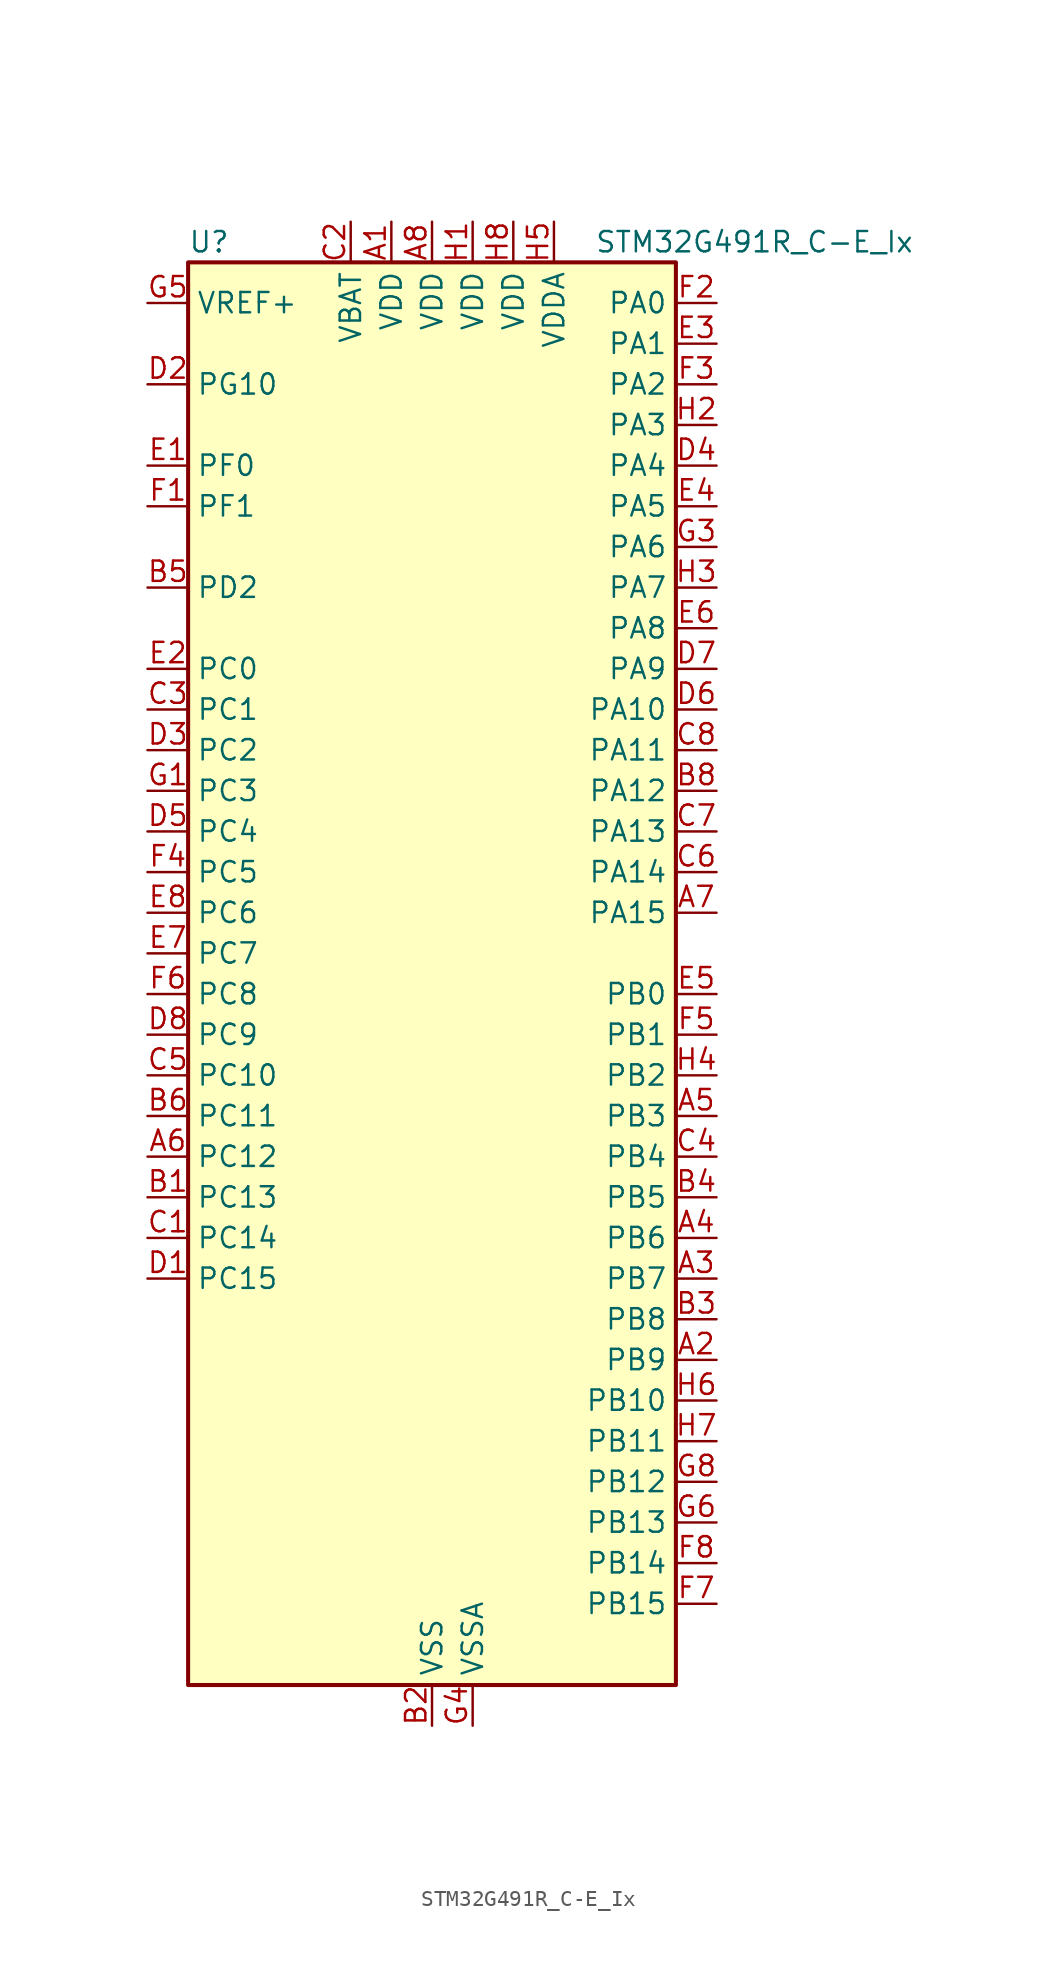
<source format=kicad_sym>
(kicad_symbol_lib
  (version 20231120)
  (generator "kicad_symbol_editor")
  (generator_version "8.0")
  (symbol "STM32G491R_C-E_Ix"
    (property "Reference" "U"
      (at -15.24 46.99 0)
      (effects (font (size 1.27 1.27)) (justify left)))
    (property "Value" "STM32G491R_C-E_Ix"
      (at 10.16 46.99 0)
      (effects (font (size 1.27 1.27)) (justify left)))
    (property "ki_locked" ""
      (at 0 0 0)
      (effects (font (size 1.27 1.27))))
    (symbol "STM32G491R_C-E_Ix_0_1"
      (rectangle (start -15.24 -43.18) (end 15.24 45.72) (stroke (width 0.254) (type default)) (fill (type background))))
    (symbol "STM32G491R_C-E_Ix_1_1"
      (pin power_in line (at -2.54 48.26 270) (length 2.54) (name "VDD" (effects (font (size 1.27 1.27)))) (number "A1" (effects (font (size 1.27 1.27)))))
      (pin bidirectional line (at 17.78 -22.86 180) (length 2.54) (name "PB9" (effects (font (size 1.27 1.27)))) (number "A2" (effects (font (size 1.27 1.27)))) (alternate "COMP2_OUT" bidirectional line) (alternate "DAC1_EXTI9" bidirectional line) (alternate "DAC3_EXTI9" bidirectional line) (alternate "FDCAN1_TX" bidirectional line) (alternate "I2C1_SDA" bidirectional line) (alternate "IR_OUT" bidirectional line) (alternate "SAI1_D2" bidirectional line) (alternate "SAI1_FS_A" bidirectional line) (alternate "TIM17_CH1" bidirectional line) (alternate "TIM1_CH3N" bidirectional line) (alternate "TIM4_CH4" bidirectional line) (alternate "TIM8_CH3" bidirectional line) (alternate "USART3_TX" bidirectional line))
      (pin bidirectional line (at 17.78 -17.78 180) (length 2.54) (name "PB7" (effects (font (size 1.27 1.27)))) (number "A3" (effects (font (size 1.27 1.27)))) (alternate "COMP3_OUT" bidirectional line) (alternate "I2C1_SDA" bidirectional line) (alternate "LPTIM1_IN2" bidirectional line) (alternate "SYS_PVD_IN" bidirectional line) (alternate "TIM17_CH1N" bidirectional line) (alternate "TIM3_CH4" bidirectional line) (alternate "TIM4_CH2" bidirectional line) (alternate "TIM8_BKIN" bidirectional line) (alternate "UART4_CTS" bidirectional line) (alternate "USART1_RX" bidirectional line))
      (pin bidirectional line (at 17.78 -15.24 180) (length 2.54) (name "PB6" (effects (font (size 1.27 1.27)))) (number "A4" (effects (font (size 1.27 1.27)))) (alternate "COMP4_OUT" bidirectional line) (alternate "FDCAN2_TX" bidirectional line) (alternate "LPTIM1_ETR" bidirectional line) (alternate "SAI1_FS_B" bidirectional line) (alternate "TIM16_CH1N" bidirectional line) (alternate "TIM4_CH1" bidirectional line) (alternate "TIM8_BKIN2" bidirectional line) (alternate "TIM8_CH1" bidirectional line) (alternate "TIM8_ETR" bidirectional line) (alternate "UCPD1_CC1" bidirectional line) (alternate "USART1_TX" bidirectional line))
      (pin bidirectional line (at 17.78 -7.62 180) (length 2.54) (name "PB3" (effects (font (size 1.27 1.27)))) (number "A5" (effects (font (size 1.27 1.27)))) (alternate "ADC3_EXTI3" bidirectional line) (alternate "CRS_SYNC" bidirectional line) (alternate "I2S3_CK" bidirectional line) (alternate "SAI1_SCK_B" bidirectional line) (alternate "SPI1_SCK" bidirectional line) (alternate "SPI3_SCK" bidirectional line) (alternate "SYS_JTDO-SWO" bidirectional line) (alternate "TIM2_CH2" bidirectional line) (alternate "TIM3_ETR" bidirectional line) (alternate "TIM4_ETR" bidirectional line) (alternate "TIM8_CH1N" bidirectional line) (alternate "USART2_TX" bidirectional line))
      (pin bidirectional line (at -17.78 -10.16 0) (length 2.54) (name "PC12" (effects (font (size 1.27 1.27)))) (number "A6" (effects (font (size 1.27 1.27)))) (alternate "I2S3_SD" bidirectional line) (alternate "SPI3_MOSI" bidirectional line) (alternate "TIM8_CH3N" bidirectional line) (alternate "UART5_TX" bidirectional line) (alternate "UCPD1_FRSTX1" bidirectional line) (alternate "UCPD1_FRSTX2" bidirectional line) (alternate "USART3_CK" bidirectional line))
      (pin bidirectional line (at 17.78 5.08 180) (length 2.54) (name "PA15" (effects (font (size 1.27 1.27)))) (number "A7" (effects (font (size 1.27 1.27)))) (alternate "ADC1_EXTI15" bidirectional line) (alternate "ADC2_EXTI15" bidirectional line) (alternate "I2C1_SCL" bidirectional line) (alternate "I2S3_WS" bidirectional line) (alternate "SPI1_NSS" bidirectional line) (alternate "SPI3_NSS" bidirectional line) (alternate "SYS_JTDI" bidirectional line) (alternate "TIM1_BKIN" bidirectional line) (alternate "TIM20_ETR" bidirectional line) (alternate "TIM2_CH1" bidirectional line) (alternate "TIM2_ETR" bidirectional line) (alternate "TIM8_CH1" bidirectional line) (alternate "UART4_DE" bidirectional line) (alternate "UART4_RTS" bidirectional line) (alternate "USART2_RX" bidirectional line))
      (pin power_in line (at 0 48.26 270) (length 2.54) (name "VDD" (effects (font (size 1.27 1.27)))) (number "A8" (effects (font (size 1.27 1.27)))))
      (pin bidirectional line (at -17.78 -12.7 0) (length 2.54) (name "PC13" (effects (font (size 1.27 1.27)))) (number "B1" (effects (font (size 1.27 1.27)))) (alternate "RTC_OUT1" bidirectional line) (alternate "RTC_TAMP1" bidirectional line) (alternate "RTC_TS" bidirectional line) (alternate "SYS_WKUP2" bidirectional line) (alternate "TIM1_BKIN" bidirectional line) (alternate "TIM1_CH1N" bidirectional line) (alternate "TIM8_CH4N" bidirectional line))
      (pin power_in line (at 0 -45.72 90) (length 2.54) (name "VSS" (effects (font (size 1.27 1.27)))) (number "B2" (effects (font (size 1.27 1.27)))))
      (pin bidirectional line (at 17.78 -20.32 180) (length 2.54) (name "PB8" (effects (font (size 1.27 1.27)))) (number "B3" (effects (font (size 1.27 1.27)))) (alternate "COMP1_OUT" bidirectional line) (alternate "FDCAN1_RX" bidirectional line) (alternate "I2C1_SCL" bidirectional line) (alternate "SAI1_CK1" bidirectional line) (alternate "SAI1_MCLK_A" bidirectional line) (alternate "TIM16_CH1" bidirectional line) (alternate "TIM1_BKIN" bidirectional line) (alternate "TIM4_CH3" bidirectional line) (alternate "TIM8_CH2" bidirectional line) (alternate "USART3_RX" bidirectional line))
      (pin bidirectional line (at 17.78 -12.7 180) (length 2.54) (name "PB5" (effects (font (size 1.27 1.27)))) (number "B4" (effects (font (size 1.27 1.27)))) (alternate "FDCAN2_RX" bidirectional line) (alternate "I2C1_SMBA" bidirectional line) (alternate "I2C3_SDA" bidirectional line) (alternate "I2S3_SD" bidirectional line) (alternate "LPTIM1_IN1" bidirectional line) (alternate "SAI1_SD_B" bidirectional line) (alternate "SPI1_MOSI" bidirectional line) (alternate "SPI3_MOSI" bidirectional line) (alternate "TIM16_BKIN" bidirectional line) (alternate "TIM17_CH1" bidirectional line) (alternate "TIM3_CH2" bidirectional line) (alternate "TIM8_CH3N" bidirectional line) (alternate "UART5_CTS" bidirectional line) (alternate "USART2_CK" bidirectional line))
      (pin bidirectional line (at -17.78 25.4 0) (length 2.54) (name "PD2" (effects (font (size 1.27 1.27)))) (number "B5" (effects (font (size 1.27 1.27)))) (alternate "ADC3_EXTI2" bidirectional line) (alternate "TIM3_ETR" bidirectional line) (alternate "TIM8_BKIN" bidirectional line) (alternate "UART5_RX" bidirectional line))
      (pin bidirectional line (at -17.78 -7.62 0) (length 2.54) (name "PC11" (effects (font (size 1.27 1.27)))) (number "B6" (effects (font (size 1.27 1.27)))) (alternate "ADC1_EXTI11" bidirectional line) (alternate "ADC2_EXTI11" bidirectional line) (alternate "I2C3_SDA" bidirectional line) (alternate "SPI3_MISO" bidirectional line) (alternate "TIM8_CH2N" bidirectional line) (alternate "UART4_RX" bidirectional line) (alternate "USART3_RX" bidirectional line))
      (pin passive line (at 0 -45.72 90) (length 2.54) hide (name "VSS" (effects (font (size 1.27 1.27)))) (number "B7" (effects (font (size 1.27 1.27)))))
      (pin bidirectional line (at 17.78 12.7 180) (length 2.54) (name "PA12" (effects (font (size 1.27 1.27)))) (number "B8" (effects (font (size 1.27 1.27)))) (alternate "COMP2_OUT" bidirectional line) (alternate "FDCAN1_TX" bidirectional line) (alternate "I2S_CKIN" bidirectional line) (alternate "TIM16_CH1" bidirectional line) (alternate "TIM1_CH2N" bidirectional line) (alternate "TIM1_ETR" bidirectional line) (alternate "TIM4_CH2" bidirectional line) (alternate "USART1_DE" bidirectional line) (alternate "USART1_RTS" bidirectional line) (alternate "USB_DP" bidirectional line))
      (pin bidirectional line (at -17.78 -15.24 0) (length 2.54) (name "PC14" (effects (font (size 1.27 1.27)))) (number "C1" (effects (font (size 1.27 1.27)))) (alternate "RCC_OSC32_IN" bidirectional line))
      (pin power_in line (at -5.08 48.26 270) (length 2.54) (name "VBAT" (effects (font (size 1.27 1.27)))) (number "C2" (effects (font (size 1.27 1.27)))))
      (pin bidirectional line (at -17.78 17.78 0) (length 2.54) (name "PC1" (effects (font (size 1.27 1.27)))) (number "C3" (effects (font (size 1.27 1.27)))) (alternate "ADC1_IN7" bidirectional line) (alternate "ADC2_IN7" bidirectional line) (alternate "COMP3_INP" bidirectional line) (alternate "LPTIM1_OUT" bidirectional line) (alternate "LPUART1_TX" bidirectional line) (alternate "QUADSPI1_BK2_IO0" bidirectional line) (alternate "SAI1_SD_A" bidirectional line) (alternate "TIM1_CH2" bidirectional line))
      (pin bidirectional line (at 17.78 -10.16 180) (length 2.54) (name "PB4" (effects (font (size 1.27 1.27)))) (number "C4" (effects (font (size 1.27 1.27)))) (alternate "SAI1_MCLK_B" bidirectional line) (alternate "SPI1_MISO" bidirectional line) (alternate "SPI3_MISO" bidirectional line) (alternate "SYS_JTRST" bidirectional line) (alternate "TIM16_CH1" bidirectional line) (alternate "TIM17_BKIN" bidirectional line) (alternate "TIM3_CH1" bidirectional line) (alternate "TIM8_CH2N" bidirectional line) (alternate "UART5_DE" bidirectional line) (alternate "UART5_RTS" bidirectional line) (alternate "UCPD1_CC2" bidirectional line) (alternate "USART2_RX" bidirectional line))
      (pin bidirectional line (at -17.78 -5.08 0) (length 2.54) (name "PC10" (effects (font (size 1.27 1.27)))) (number "C5" (effects (font (size 1.27 1.27)))) (alternate "DAC1_EXTI10" bidirectional line) (alternate "DAC3_EXTI10" bidirectional line) (alternate "I2S3_CK" bidirectional line) (alternate "SPI3_SCK" bidirectional line) (alternate "TIM8_CH1N" bidirectional line) (alternate "UART4_TX" bidirectional line) (alternate "USART3_TX" bidirectional line))
      (pin bidirectional line (at 17.78 7.62 180) (length 2.54) (name "PA14" (effects (font (size 1.27 1.27)))) (number "C6" (effects (font (size 1.27 1.27)))) (alternate "I2C1_SDA" bidirectional line) (alternate "LPTIM1_OUT" bidirectional line) (alternate "SAI1_FS_B" bidirectional line) (alternate "SYS_JTCK-SWCLK" bidirectional line) (alternate "TIM1_BKIN" bidirectional line) (alternate "TIM8_CH2" bidirectional line) (alternate "USART2_TX" bidirectional line))
      (pin bidirectional line (at 17.78 10.16 180) (length 2.54) (name "PA13" (effects (font (size 1.27 1.27)))) (number "C7" (effects (font (size 1.27 1.27)))) (alternate "I2C1_SCL" bidirectional line) (alternate "IR_OUT" bidirectional line) (alternate "SAI1_SD_B" bidirectional line) (alternate "SYS_JTMS-SWDIO" bidirectional line) (alternate "TIM16_CH1N" bidirectional line) (alternate "TIM4_CH3" bidirectional line) (alternate "USART3_CTS" bidirectional line) (alternate "USART3_NSS" bidirectional line))
      (pin bidirectional line (at 17.78 15.24 180) (length 2.54) (name "PA11" (effects (font (size 1.27 1.27)))) (number "C8" (effects (font (size 1.27 1.27)))) (alternate "ADC1_EXTI11" bidirectional line) (alternate "ADC2_EXTI11" bidirectional line) (alternate "COMP1_OUT" bidirectional line) (alternate "FDCAN1_RX" bidirectional line) (alternate "I2S2_SD" bidirectional line) (alternate "SPI2_MOSI" bidirectional line) (alternate "TIM1_BKIN2" bidirectional line) (alternate "TIM1_CH1N" bidirectional line) (alternate "TIM1_CH4" bidirectional line) (alternate "TIM4_CH1" bidirectional line) (alternate "USART1_CTS" bidirectional line) (alternate "USART1_NSS" bidirectional line) (alternate "USB_DM" bidirectional line))
      (pin bidirectional line (at -17.78 -17.78 0) (length 2.54) (name "PC15" (effects (font (size 1.27 1.27)))) (number "D1" (effects (font (size 1.27 1.27)))) (alternate "ADC1_EXTI15" bidirectional line) (alternate "ADC2_EXTI15" bidirectional line) (alternate "RCC_OSC32_OUT" bidirectional line))
      (pin bidirectional line (at -17.78 38.1 0) (length 2.54) (name "PG10" (effects (font (size 1.27 1.27)))) (number "D2" (effects (font (size 1.27 1.27)))) (alternate "DAC1_EXTI10" bidirectional line) (alternate "DAC3_EXTI10" bidirectional line) (alternate "RCC_MCO" bidirectional line))
      (pin bidirectional line (at -17.78 15.24 0) (length 2.54) (name "PC2" (effects (font (size 1.27 1.27)))) (number "D3" (effects (font (size 1.27 1.27)))) (alternate "ADC1_IN8" bidirectional line) (alternate "ADC2_IN8" bidirectional line) (alternate "ADC3_EXTI2" bidirectional line) (alternate "COMP3_OUT" bidirectional line) (alternate "LPTIM1_IN2" bidirectional line) (alternate "QUADSPI1_BK2_IO1" bidirectional line) (alternate "TIM1_CH3" bidirectional line) (alternate "TIM20_CH2" bidirectional line))
      (pin bidirectional line (at 17.78 33.02 180) (length 2.54) (name "PA4" (effects (font (size 1.27 1.27)))) (number "D4" (effects (font (size 1.27 1.27)))) (alternate "ADC2_IN17" bidirectional line) (alternate "COMP1_INM" bidirectional line) (alternate "DAC1_OUT1" bidirectional line) (alternate "I2S3_WS" bidirectional line) (alternate "SAI1_FS_B" bidirectional line) (alternate "SPI1_NSS" bidirectional line) (alternate "SPI3_NSS" bidirectional line) (alternate "TIM3_CH2" bidirectional line) (alternate "USART2_CK" bidirectional line))
      (pin bidirectional line (at -17.78 10.16 0) (length 2.54) (name "PC4" (effects (font (size 1.27 1.27)))) (number "D5" (effects (font (size 1.27 1.27)))) (alternate "ADC2_IN5" bidirectional line) (alternate "I2C2_SCL" bidirectional line) (alternate "QUADSPI1_BK2_IO3" bidirectional line) (alternate "TIM1_ETR" bidirectional line) (alternate "USART1_TX" bidirectional line))
      (pin bidirectional line (at 17.78 17.78 180) (length 2.54) (name "PA10" (effects (font (size 1.27 1.27)))) (number "D6" (effects (font (size 1.27 1.27)))) (alternate "CRS_SYNC" bidirectional line) (alternate "DAC1_EXTI10" bidirectional line) (alternate "DAC3_EXTI10" bidirectional line) (alternate "I2C2_SMBA" bidirectional line) (alternate "SAI1_D1" bidirectional line) (alternate "SAI1_SD_A" bidirectional line) (alternate "SPI2_MISO" bidirectional line) (alternate "TIM17_BKIN" bidirectional line) (alternate "TIM1_CH3" bidirectional line) (alternate "TIM2_CH4" bidirectional line) (alternate "TIM8_BKIN" bidirectional line) (alternate "UCPD1_DBCC2" bidirectional line) (alternate "USART1_RX" bidirectional line))
      (pin bidirectional line (at 17.78 20.32 180) (length 2.54) (name "PA9" (effects (font (size 1.27 1.27)))) (number "D7" (effects (font (size 1.27 1.27)))) (alternate "DAC1_EXTI9" bidirectional line) (alternate "DAC3_EXTI9" bidirectional line) (alternate "I2C2_SCL" bidirectional line) (alternate "I2C3_SMBA" bidirectional line) (alternate "I2S3_MCK" bidirectional line) (alternate "SAI1_FS_A" bidirectional line) (alternate "TIM15_BKIN" bidirectional line) (alternate "TIM1_CH2" bidirectional line) (alternate "TIM2_CH3" bidirectional line) (alternate "UCPD1_DBCC1" bidirectional line) (alternate "USART1_TX" bidirectional line))
      (pin bidirectional line (at -17.78 -2.54 0) (length 2.54) (name "PC9" (effects (font (size 1.27 1.27)))) (number "D8" (effects (font (size 1.27 1.27)))) (alternate "DAC1_EXTI9" bidirectional line) (alternate "DAC3_EXTI9" bidirectional line) (alternate "I2C3_SDA" bidirectional line) (alternate "I2S_CKIN" bidirectional line) (alternate "TIM3_CH4" bidirectional line) (alternate "TIM8_BKIN2" bidirectional line) (alternate "TIM8_CH4" bidirectional line))
      (pin bidirectional line (at -17.78 33.02 0) (length 2.54) (name "PF0" (effects (font (size 1.27 1.27)))) (number "E1" (effects (font (size 1.27 1.27)))) (alternate "ADC1_IN10" bidirectional line) (alternate "I2C2_SDA" bidirectional line) (alternate "I2S2_WS" bidirectional line) (alternate "RCC_OSC_IN" bidirectional line) (alternate "SPI2_NSS" bidirectional line) (alternate "TIM1_CH3N" bidirectional line))
      (pin bidirectional line (at -17.78 20.32 0) (length 2.54) (name "PC0" (effects (font (size 1.27 1.27)))) (number "E2" (effects (font (size 1.27 1.27)))) (alternate "ADC1_IN6" bidirectional line) (alternate "ADC2_IN6" bidirectional line) (alternate "COMP3_INM" bidirectional line) (alternate "LPTIM1_IN1" bidirectional line) (alternate "LPUART1_RX" bidirectional line) (alternate "TIM1_CH1" bidirectional line))
      (pin bidirectional line (at 17.78 40.64 180) (length 2.54) (name "PA1" (effects (font (size 1.27 1.27)))) (number "E3" (effects (font (size 1.27 1.27)))) (alternate "ADC1_IN2" bidirectional line) (alternate "ADC2_IN2" bidirectional line) (alternate "COMP1_INP" bidirectional line) (alternate "OPAMP1_VINP" bidirectional line) (alternate "OPAMP1_VINP_SEC" bidirectional line) (alternate "OPAMP3_VINP" bidirectional line) (alternate "OPAMP3_VINP_SEC" bidirectional line) (alternate "OPAMP6_VINM" bidirectional line) (alternate "OPAMP6_VINM0" bidirectional line) (alternate "OPAMP6_VINM_SEC" bidirectional line) (alternate "RTC_REFIN" bidirectional line) (alternate "TIM15_CH1N" bidirectional line) (alternate "TIM2_CH2" bidirectional line) (alternate "USART2_DE" bidirectional line) (alternate "USART2_RTS" bidirectional line))
      (pin bidirectional line (at 17.78 30.48 180) (length 2.54) (name "PA5" (effects (font (size 1.27 1.27)))) (number "E4" (effects (font (size 1.27 1.27)))) (alternate "ADC2_IN13" bidirectional line) (alternate "COMP2_INM" bidirectional line) (alternate "DAC1_OUT2" bidirectional line) (alternate "OPAMP2_VINM" bidirectional line) (alternate "OPAMP2_VINM0" bidirectional line) (alternate "OPAMP2_VINM_SEC" bidirectional line) (alternate "SPI1_SCK" bidirectional line) (alternate "TIM2_CH1" bidirectional line) (alternate "TIM2_ETR" bidirectional line) (alternate "UCPD1_FRSTX1" bidirectional line) (alternate "UCPD1_FRSTX2" bidirectional line))
      (pin bidirectional line (at 17.78 0 180) (length 2.54) (name "PB0" (effects (font (size 1.27 1.27)))) (number "E5" (effects (font (size 1.27 1.27)))) (alternate "ADC1_IN15" bidirectional line) (alternate "ADC3_IN12" bidirectional line) (alternate "COMP4_INP" bidirectional line) (alternate "OPAMP2_VINP" bidirectional line) (alternate "OPAMP2_VINP_SEC" bidirectional line) (alternate "OPAMP3_VINP" bidirectional line) (alternate "OPAMP3_VINP_SEC" bidirectional line) (alternate "QUADSPI1_BK1_IO1" bidirectional line) (alternate "TIM1_CH2N" bidirectional line) (alternate "TIM3_CH3" bidirectional line) (alternate "TIM8_CH2N" bidirectional line) (alternate "UCPD1_FRSTX1" bidirectional line) (alternate "UCPD1_FRSTX2" bidirectional line))
      (pin bidirectional line (at 17.78 22.86 180) (length 2.54) (name "PA8" (effects (font (size 1.27 1.27)))) (number "E6" (effects (font (size 1.27 1.27)))) (alternate "I2C2_SDA" bidirectional line) (alternate "I2C3_SCL" bidirectional line) (alternate "I2S2_MCK" bidirectional line) (alternate "RCC_MCO" bidirectional line) (alternate "SAI1_CK2" bidirectional line) (alternate "SAI1_SCK_A" bidirectional line) (alternate "TIM1_CH1" bidirectional line) (alternate "TIM4_ETR" bidirectional line) (alternate "USART1_CK" bidirectional line))
      (pin bidirectional line (at -17.78 2.54 0) (length 2.54) (name "PC7" (effects (font (size 1.27 1.27)))) (number "E7" (effects (font (size 1.27 1.27)))) (alternate "I2S3_MCK" bidirectional line) (alternate "TIM3_CH2" bidirectional line) (alternate "TIM8_CH2" bidirectional line))
      (pin bidirectional line (at -17.78 5.08 0) (length 2.54) (name "PC6" (effects (font (size 1.27 1.27)))) (number "E8" (effects (font (size 1.27 1.27)))) (alternate "I2S2_MCK" bidirectional line) (alternate "TIM3_CH1" bidirectional line) (alternate "TIM8_CH1" bidirectional line))
      (pin bidirectional line (at -17.78 30.48 0) (length 2.54) (name "PF1" (effects (font (size 1.27 1.27)))) (number "F1" (effects (font (size 1.27 1.27)))) (alternate "ADC2_IN10" bidirectional line) (alternate "COMP3_INM" bidirectional line) (alternate "I2S2_CK" bidirectional line) (alternate "RCC_OSC_OUT" bidirectional line) (alternate "SPI2_SCK" bidirectional line))
      (pin bidirectional line (at 17.78 43.18 180) (length 2.54) (name "PA0" (effects (font (size 1.27 1.27)))) (number "F2" (effects (font (size 1.27 1.27)))) (alternate "ADC1_IN1" bidirectional line) (alternate "ADC2_IN1" bidirectional line) (alternate "COMP1_INM" bidirectional line) (alternate "COMP1_OUT" bidirectional line) (alternate "COMP3_INP" bidirectional line) (alternate "RTC_TAMP2" bidirectional line) (alternate "SYS_WKUP1" bidirectional line) (alternate "TIM2_CH1" bidirectional line) (alternate "TIM2_ETR" bidirectional line) (alternate "TIM8_BKIN" bidirectional line) (alternate "TIM8_ETR" bidirectional line) (alternate "USART2_CTS" bidirectional line) (alternate "USART2_NSS" bidirectional line))
      (pin bidirectional line (at 17.78 38.1 180) (length 2.54) (name "PA2" (effects (font (size 1.27 1.27)))) (number "F3" (effects (font (size 1.27 1.27)))) (alternate "ADC1_IN3" bidirectional line) (alternate "ADC3_EXTI2" bidirectional line) (alternate "COMP2_INM" bidirectional line) (alternate "COMP2_OUT" bidirectional line) (alternate "LPUART1_TX" bidirectional line) (alternate "OPAMP1_VOUT" bidirectional line) (alternate "QUADSPI1_BK1_NCS" bidirectional line) (alternate "RCC_LSCO" bidirectional line) (alternate "SYS_WKUP4" bidirectional line) (alternate "TIM15_CH1" bidirectional line) (alternate "TIM2_CH3" bidirectional line) (alternate "UCPD1_FRSTX1" bidirectional line) (alternate "UCPD1_FRSTX2" bidirectional line) (alternate "USART2_TX" bidirectional line))
      (pin bidirectional line (at -17.78 7.62 0) (length 2.54) (name "PC5" (effects (font (size 1.27 1.27)))) (number "F4" (effects (font (size 1.27 1.27)))) (alternate "ADC2_IN11" bidirectional line) (alternate "OPAMP1_VINM" bidirectional line) (alternate "OPAMP1_VINM1" bidirectional line) (alternate "OPAMP1_VINM_SEC" bidirectional line) (alternate "OPAMP2_VINM" bidirectional line) (alternate "OPAMP2_VINM1" bidirectional line) (alternate "OPAMP2_VINM_SEC" bidirectional line) (alternate "SAI1_D3" bidirectional line) (alternate "SYS_WKUP5" bidirectional line) (alternate "TIM15_BKIN" bidirectional line) (alternate "TIM1_CH4N" bidirectional line) (alternate "USART1_RX" bidirectional line))
      (pin bidirectional line (at 17.78 -2.54 180) (length 2.54) (name "PB1" (effects (font (size 1.27 1.27)))) (number "F5" (effects (font (size 1.27 1.27)))) (alternate "ADC1_IN12" bidirectional line) (alternate "ADC3_IN1" bidirectional line) (alternate "COMP1_INP" bidirectional line) (alternate "COMP4_OUT" bidirectional line) (alternate "LPUART1_DE" bidirectional line) (alternate "LPUART1_RTS" bidirectional line) (alternate "OPAMP3_VOUT" bidirectional line) (alternate "OPAMP6_VINM" bidirectional line) (alternate "OPAMP6_VINM1" bidirectional line) (alternate "OPAMP6_VINM_SEC" bidirectional line) (alternate "QUADSPI1_BK1_IO0" bidirectional line) (alternate "TIM1_CH3N" bidirectional line) (alternate "TIM3_CH4" bidirectional line) (alternate "TIM8_CH3N" bidirectional line))
      (pin bidirectional line (at -17.78 0 0) (length 2.54) (name "PC8" (effects (font (size 1.27 1.27)))) (number "F6" (effects (font (size 1.27 1.27)))) (alternate "I2C3_SCL" bidirectional line) (alternate "TIM20_CH3" bidirectional line) (alternate "TIM3_CH3" bidirectional line) (alternate "TIM8_CH3" bidirectional line))
      (pin bidirectional line (at 17.78 -38.1 180) (length 2.54) (name "PB15" (effects (font (size 1.27 1.27)))) (number "F7" (effects (font (size 1.27 1.27)))) (alternate "ADC1_EXTI15" bidirectional line) (alternate "ADC2_EXTI15" bidirectional line) (alternate "ADC2_IN15" bidirectional line) (alternate "COMP3_OUT" bidirectional line) (alternate "I2S2_SD" bidirectional line) (alternate "RTC_REFIN" bidirectional line) (alternate "SPI2_MOSI" bidirectional line) (alternate "TIM15_CH1N" bidirectional line) (alternate "TIM15_CH2" bidirectional line) (alternate "TIM1_CH3N" bidirectional line))
      (pin bidirectional line (at 17.78 -35.56 180) (length 2.54) (name "PB14" (effects (font (size 1.27 1.27)))) (number "F8" (effects (font (size 1.27 1.27)))) (alternate "ADC1_IN5" bidirectional line) (alternate "COMP4_OUT" bidirectional line) (alternate "OPAMP2_VINP" bidirectional line) (alternate "OPAMP2_VINP_SEC" bidirectional line) (alternate "SPI2_MISO" bidirectional line) (alternate "TIM15_CH1" bidirectional line) (alternate "TIM1_CH2N" bidirectional line) (alternate "USART3_DE" bidirectional line) (alternate "USART3_RTS" bidirectional line))
      (pin bidirectional line (at -17.78 12.7 0) (length 2.54) (name "PC3" (effects (font (size 1.27 1.27)))) (number "G1" (effects (font (size 1.27 1.27)))) (alternate "ADC1_IN9" bidirectional line) (alternate "ADC2_IN9" bidirectional line) (alternate "ADC3_EXTI3" bidirectional line) (alternate "LPTIM1_ETR" bidirectional line) (alternate "QUADSPI1_BK2_IO2" bidirectional line) (alternate "SAI1_D1" bidirectional line) (alternate "SAI1_SD_A" bidirectional line) (alternate "TIM1_BKIN2" bidirectional line) (alternate "TIM1_CH4" bidirectional line))
      (pin passive line (at 0 -45.72 90) (length 2.54) hide (name "VSS" (effects (font (size 1.27 1.27)))) (number "G2" (effects (font (size 1.27 1.27)))))
      (pin bidirectional line (at 17.78 27.94 180) (length 2.54) (name "PA6" (effects (font (size 1.27 1.27)))) (number "G3" (effects (font (size 1.27 1.27)))) (alternate "ADC2_IN3" bidirectional line) (alternate "COMP1_OUT" bidirectional line) (alternate "LPUART1_CTS" bidirectional line) (alternate "OPAMP2_VOUT" bidirectional line) (alternate "QUADSPI1_BK1_IO3" bidirectional line) (alternate "SPI1_MISO" bidirectional line) (alternate "TIM16_CH1" bidirectional line) (alternate "TIM1_BKIN" bidirectional line) (alternate "TIM3_CH1" bidirectional line) (alternate "TIM8_BKIN" bidirectional line))
      (pin power_in line (at 2.54 -45.72 90) (length 2.54) (name "VSSA" (effects (font (size 1.27 1.27)))) (number "G4" (effects (font (size 1.27 1.27)))))
      (pin input line (at -17.78 43.18 0) (length 2.54) (name "VREF+" (effects (font (size 1.27 1.27)))) (number "G5" (effects (font (size 1.27 1.27)))) (alternate "VREFBUF_OUT" bidirectional line))
      (pin bidirectional line (at 17.78 -33.02 180) (length 2.54) (name "PB13" (effects (font (size 1.27 1.27)))) (number "G6" (effects (font (size 1.27 1.27)))) (alternate "ADC3_IN5" bidirectional line) (alternate "FDCAN2_TX" bidirectional line) (alternate "I2S2_CK" bidirectional line) (alternate "LPUART1_CTS" bidirectional line) (alternate "OPAMP3_VINP" bidirectional line) (alternate "OPAMP3_VINP_SEC" bidirectional line) (alternate "OPAMP6_VINP" bidirectional line) (alternate "OPAMP6_VINP_SEC" bidirectional line) (alternate "SPI2_SCK" bidirectional line) (alternate "TIM1_CH1N" bidirectional line) (alternate "USART3_CTS" bidirectional line) (alternate "USART3_NSS" bidirectional line))
      (pin passive line (at 0 -45.72 90) (length 2.54) hide (name "VSS" (effects (font (size 1.27 1.27)))) (number "G7" (effects (font (size 1.27 1.27)))))
      (pin bidirectional line (at 17.78 -30.48 180) (length 2.54) (name "PB12" (effects (font (size 1.27 1.27)))) (number "G8" (effects (font (size 1.27 1.27)))) (alternate "ADC1_IN11" bidirectional line) (alternate "FDCAN2_RX" bidirectional line) (alternate "I2C2_SMBA" bidirectional line) (alternate "I2S2_WS" bidirectional line) (alternate "LPUART1_DE" bidirectional line) (alternate "LPUART1_RTS" bidirectional line) (alternate "OPAMP6_VINP" bidirectional line) (alternate "OPAMP6_VINP_SEC" bidirectional line) (alternate "SPI2_NSS" bidirectional line) (alternate "TIM1_BKIN" bidirectional line) (alternate "USART3_CK" bidirectional line))
      (pin power_in line (at 2.54 48.26 270) (length 2.54) (name "VDD" (effects (font (size 1.27 1.27)))) (number "H1" (effects (font (size 1.27 1.27)))))
      (pin bidirectional line (at 17.78 35.56 180) (length 2.54) (name "PA3" (effects (font (size 1.27 1.27)))) (number "H2" (effects (font (size 1.27 1.27)))) (alternate "ADC1_IN4" bidirectional line) (alternate "ADC3_EXTI3" bidirectional line) (alternate "COMP2_INP" bidirectional line) (alternate "LPUART1_RX" bidirectional line) (alternate "OPAMP1_VINM" bidirectional line) (alternate "OPAMP1_VINM0" bidirectional line) (alternate "OPAMP1_VINM_SEC" bidirectional line) (alternate "OPAMP1_VINP" bidirectional line) (alternate "OPAMP1_VINP_SEC" bidirectional line) (alternate "QUADSPI1_CLK" bidirectional line) (alternate "SAI1_CK1" bidirectional line) (alternate "SAI1_MCLK_A" bidirectional line) (alternate "TIM15_CH2" bidirectional line) (alternate "TIM2_CH4" bidirectional line) (alternate "USART2_RX" bidirectional line))
      (pin bidirectional line (at 17.78 25.4 180) (length 2.54) (name "PA7" (effects (font (size 1.27 1.27)))) (number "H3" (effects (font (size 1.27 1.27)))) (alternate "ADC2_IN4" bidirectional line) (alternate "COMP2_INP" bidirectional line) (alternate "COMP2_OUT" bidirectional line) (alternate "OPAMP1_VINP" bidirectional line) (alternate "OPAMP1_VINP_SEC" bidirectional line) (alternate "OPAMP2_VINP" bidirectional line) (alternate "OPAMP2_VINP_SEC" bidirectional line) (alternate "QUADSPI1_BK1_IO2" bidirectional line) (alternate "SPI1_MOSI" bidirectional line) (alternate "TIM17_CH1" bidirectional line) (alternate "TIM1_CH1N" bidirectional line) (alternate "TIM3_CH2" bidirectional line) (alternate "TIM8_CH1N" bidirectional line) (alternate "UCPD1_FRSTX1" bidirectional line) (alternate "UCPD1_FRSTX2" bidirectional line))
      (pin bidirectional line (at 17.78 -5.08 180) (length 2.54) (name "PB2" (effects (font (size 1.27 1.27)))) (number "H4" (effects (font (size 1.27 1.27)))) (alternate "ADC2_IN12" bidirectional line) (alternate "ADC3_EXTI2" bidirectional line) (alternate "COMP4_INM" bidirectional line) (alternate "I2C3_SMBA" bidirectional line) (alternate "LPTIM1_OUT" bidirectional line) (alternate "OPAMP3_VINM" bidirectional line) (alternate "OPAMP3_VINM0" bidirectional line) (alternate "OPAMP3_VINM_SEC" bidirectional line) (alternate "QUADSPI1_BK2_IO1" bidirectional line) (alternate "RTC_OUT2" bidirectional line) (alternate "TIM20_CH1" bidirectional line))
      (pin power_in line (at 7.62 48.26 270) (length 2.54) (name "VDDA" (effects (font (size 1.27 1.27)))) (number "H5" (effects (font (size 1.27 1.27)))))
      (pin bidirectional line (at 17.78 -25.4 180) (length 2.54) (name "PB10" (effects (font (size 1.27 1.27)))) (number "H6" (effects (font (size 1.27 1.27)))) (alternate "DAC1_EXTI10" bidirectional line) (alternate "DAC3_EXTI10" bidirectional line) (alternate "LPUART1_RX" bidirectional line) (alternate "OPAMP3_VINM" bidirectional line) (alternate "OPAMP3_VINM1" bidirectional line) (alternate "OPAMP3_VINM_SEC" bidirectional line) (alternate "QUADSPI1_CLK" bidirectional line) (alternate "SAI1_SCK_A" bidirectional line) (alternate "TIM1_BKIN" bidirectional line) (alternate "TIM2_CH3" bidirectional line) (alternate "USART3_TX" bidirectional line))
      (pin bidirectional line (at 17.78 -27.94 180) (length 2.54) (name "PB11" (effects (font (size 1.27 1.27)))) (number "H7" (effects (font (size 1.27 1.27)))) (alternate "ADC1_EXTI11" bidirectional line) (alternate "ADC1_IN14" bidirectional line) (alternate "ADC2_EXTI11" bidirectional line) (alternate "ADC2_IN14" bidirectional line) (alternate "LPUART1_TX" bidirectional line) (alternate "OPAMP6_VOUT" bidirectional line) (alternate "QUADSPI1_BK1_NCS" bidirectional line) (alternate "TIM2_CH4" bidirectional line) (alternate "USART3_RX" bidirectional line))
      (pin power_in line (at 5.08 48.26 270) (length 2.54) (name "VDD" (effects (font (size 1.27 1.27)))) (number "H8" (effects (font (size 1.27 1.27))))))))
</source>
